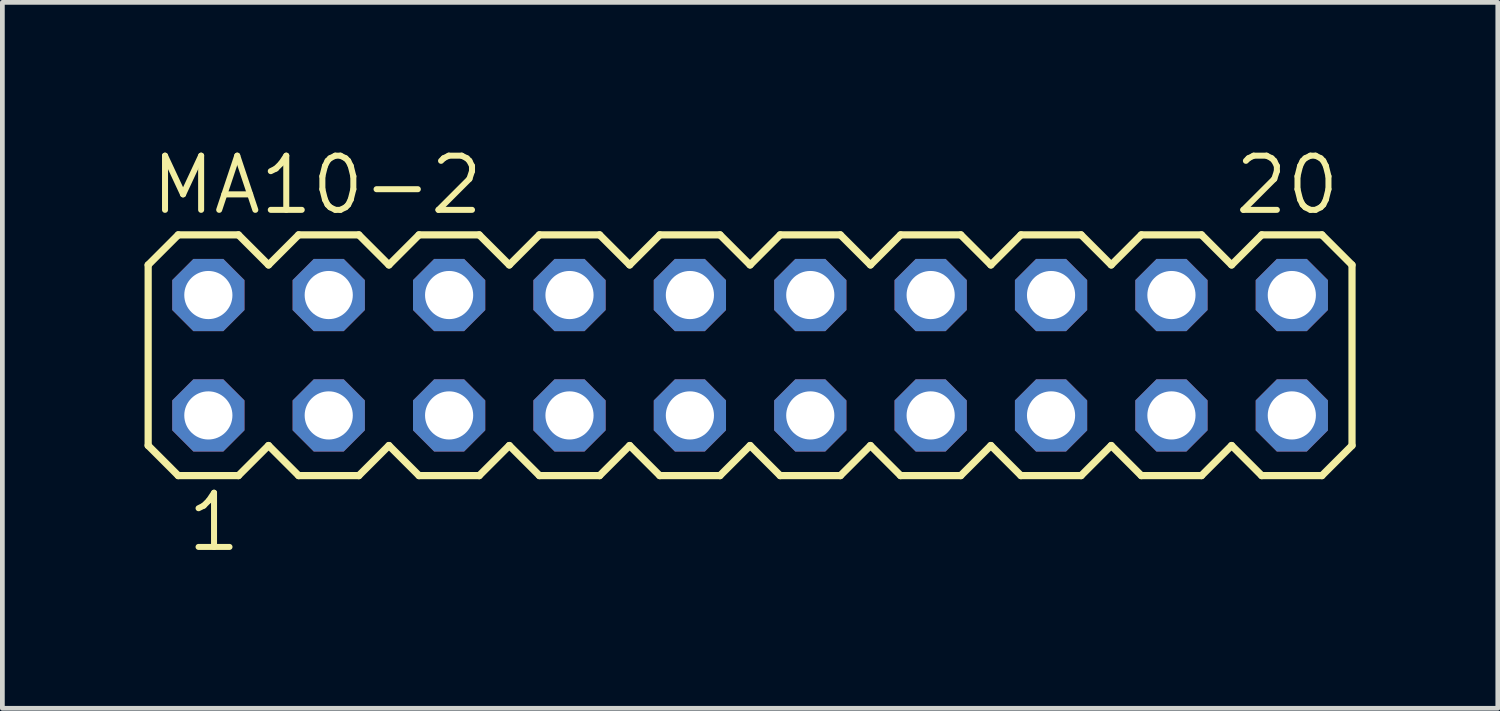
<source format=kicad_pcb>
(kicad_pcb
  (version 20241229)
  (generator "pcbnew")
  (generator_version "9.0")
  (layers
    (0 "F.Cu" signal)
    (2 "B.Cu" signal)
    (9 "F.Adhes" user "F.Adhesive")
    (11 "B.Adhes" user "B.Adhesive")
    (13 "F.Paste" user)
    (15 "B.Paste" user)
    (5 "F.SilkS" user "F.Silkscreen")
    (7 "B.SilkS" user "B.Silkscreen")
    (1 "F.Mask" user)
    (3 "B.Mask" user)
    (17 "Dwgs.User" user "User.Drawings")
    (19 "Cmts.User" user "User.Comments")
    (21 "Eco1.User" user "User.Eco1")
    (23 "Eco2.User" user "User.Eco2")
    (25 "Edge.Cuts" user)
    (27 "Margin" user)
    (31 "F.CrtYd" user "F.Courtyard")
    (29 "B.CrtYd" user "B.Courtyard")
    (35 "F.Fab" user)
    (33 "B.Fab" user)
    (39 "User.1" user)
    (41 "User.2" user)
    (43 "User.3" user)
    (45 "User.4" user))
  (footprint "MA10-2"
    (layer "F.Cu")
    (at 12.776 4.445)
    (property "Reference" "MA10-2" (at -12.7 -2.921 0) (layer "F.SilkS") (effects (font (size 1.143 1.143) (thickness 0.127)) (justify left bottom)))
    (fp_line (start -12.7 -1.905) (end -12.7 1.905) (stroke (width 0.152) (type solid)) (layer "F.SilkS"))
    (fp_line (start -12.7 1.905) (end -12.065 2.54) (stroke (width 0.152) (type solid)) (layer "F.SilkS"))
    (fp_line (start -12.065 -2.54) (end -12.7 -1.905) (stroke (width 0.152) (type solid)) (layer "F.SilkS"))
    (fp_line (start -12.065 -2.54) (end -10.795 -2.54) (stroke (width 0.152) (type solid)) (layer "F.SilkS"))
    (fp_line (start -10.795 -2.54) (end -10.16 -1.905) (stroke (width 0.152) (type solid)) (layer "F.SilkS"))
    (fp_line (start -10.795 2.54) (end -12.065 2.54) (stroke (width 0.152) (type solid)) (layer "F.SilkS"))
    (fp_line (start -10.16 -1.905) (end -9.525 -2.54) (stroke (width 0.152) (type solid)) (layer "F.SilkS"))
    (fp_line (start -10.16 1.905) (end -10.795 2.54) (stroke (width 0.152) (type solid)) (layer "F.SilkS"))
    (fp_line (start -9.525 -2.54) (end -8.255 -2.54) (stroke (width 0.152) (type solid)) (layer "F.SilkS"))
    (fp_line (start -9.525 2.54) (end -10.16 1.905) (stroke (width 0.152) (type solid)) (layer "F.SilkS"))
    (fp_line (start -8.255 -2.54) (end -7.62 -1.905) (stroke (width 0.152) (type solid)) (layer "F.SilkS"))
    (fp_line (start -8.255 2.54) (end -9.525 2.54) (stroke (width 0.152) (type solid)) (layer "F.SilkS"))
    (fp_line (start -7.62 -1.905) (end -6.985 -2.54) (stroke (width 0.152) (type solid)) (layer "F.SilkS"))
    (fp_line (start -7.62 1.905) (end -8.255 2.54) (stroke (width 0.152) (type solid)) (layer "F.SilkS"))
    (fp_line (start -6.985 -2.54) (end -5.715 -2.54) (stroke (width 0.152) (type solid)) (layer "F.SilkS"))
    (fp_line (start -6.985 2.54) (end -7.62 1.905) (stroke (width 0.152) (type solid)) (layer "F.SilkS"))
    (fp_line (start -5.715 -2.54) (end -5.08 -1.905) (stroke (width 0.152) (type solid)) (layer "F.SilkS"))
    (fp_line (start -5.715 2.54) (end -6.985 2.54) (stroke (width 0.152) (type solid)) (layer "F.SilkS"))
    (fp_line (start -5.08 1.905) (end -5.715 2.54) (stroke (width 0.152) (type solid)) (layer "F.SilkS"))
    (fp_line (start -5.08 1.905) (end -4.445 2.54) (stroke (width 0.152) (type solid)) (layer "F.SilkS"))
    (fp_line (start -4.445 -2.54) (end -5.08 -1.905) (stroke (width 0.152) (type solid)) (layer "F.SilkS"))
    (fp_line (start -4.445 -2.54) (end -3.175 -2.54) (stroke (width 0.152) (type solid)) (layer "F.SilkS"))
    (fp_line (start -3.175 -2.54) (end -2.54 -1.905) (stroke (width 0.152) (type solid)) (layer "F.SilkS"))
    (fp_line (start -3.175 2.54) (end -4.445 2.54) (stroke (width 0.152) (type solid)) (layer "F.SilkS"))
    (fp_line (start -2.54 -1.905) (end -1.905 -2.54) (stroke (width 0.152) (type solid)) (layer "F.SilkS"))
    (fp_line (start -2.54 1.905) (end -3.175 2.54) (stroke (width 0.152) (type solid)) (layer "F.SilkS"))
    (fp_line (start -1.905 -2.54) (end -0.635 -2.54) (stroke (width 0.152) (type solid)) (layer "F.SilkS"))
    (fp_line (start -1.905 2.54) (end -2.54 1.905) (stroke (width 0.152) (type solid)) (layer "F.SilkS"))
    (fp_line (start -0.635 -2.54) (end 0 -1.905) (stroke (width 0.152) (type solid)) (layer "F.SilkS"))
    (fp_line (start -0.635 2.54) (end -1.905 2.54) (stroke (width 0.152) (type solid)) (layer "F.SilkS"))
    (fp_line (start 0 -1.905) (end 0.635 -2.54) (stroke (width 0.152) (type solid)) (layer "F.SilkS"))
    (fp_line (start 0 1.905) (end -0.635 2.54) (stroke (width 0.152) (type solid)) (layer "F.SilkS"))
    (fp_line (start 0.635 -2.54) (end 1.905 -2.54) (stroke (width 0.152) (type solid)) (layer "F.SilkS"))
    (fp_line (start 0.635 2.54) (end 0 1.905) (stroke (width 0.152) (type solid)) (layer "F.SilkS"))
    (fp_line (start 1.905 -2.54) (end 2.54 -1.905) (stroke (width 0.152) (type solid)) (layer "F.SilkS"))
    (fp_line (start 1.905 2.54) (end 0.635 2.54) (stroke (width 0.152) (type solid)) (layer "F.SilkS"))
    (fp_line (start 2.54 1.905) (end 1.905 2.54) (stroke (width 0.152) (type solid)) (layer "F.SilkS"))
    (fp_line (start 2.54 1.905) (end 3.175 2.54) (stroke (width 0.152) (type solid)) (layer "F.SilkS"))
    (fp_line (start 3.175 -2.54) (end 2.54 -1.905) (stroke (width 0.152) (type solid)) (layer "F.SilkS"))
    (fp_line (start 3.175 -2.54) (end 4.445 -2.54) (stroke (width 0.152) (type solid)) (layer "F.SilkS"))
    (fp_line (start 4.445 -2.54) (end 5.08 -1.905) (stroke (width 0.152) (type solid)) (layer "F.SilkS"))
    (fp_line (start 4.445 2.54) (end 3.175 2.54) (stroke (width 0.152) (type solid)) (layer "F.SilkS"))
    (fp_line (start 5.08 -1.905) (end 5.715 -2.54) (stroke (width 0.152) (type solid)) (layer "F.SilkS"))
    (fp_line (start 5.08 1.905) (end 4.445 2.54) (stroke (width 0.152) (type solid)) (layer "F.SilkS"))
    (fp_line (start 5.715 -2.54) (end 6.985 -2.54) (stroke (width 0.152) (type solid)) (layer "F.SilkS"))
    (fp_line (start 5.715 2.54) (end 5.08 1.905) (stroke (width 0.152) (type solid)) (layer "F.SilkS"))
    (fp_line (start 5.715 2.54) (end 6.985 2.54) (stroke (width 0.152) (type solid)) (layer "F.SilkS"))
    (fp_line (start 7.62 -1.905) (end 6.985 -2.54) (stroke (width 0.152) (type solid)) (layer "F.SilkS"))
    (fp_line (start 7.62 -1.905) (end 8.255 -2.54) (stroke (width 0.152) (type solid)) (layer "F.SilkS"))
    (fp_line (start 7.62 1.905) (end 6.985 2.54) (stroke (width 0.152) (type solid)) (layer "F.SilkS"))
    (fp_line (start 7.62 1.905) (end 8.255 2.54) (stroke (width 0.152) (type solid)) (layer "F.SilkS"))
    (fp_line (start 8.255 -2.54) (end 9.525 -2.54) (stroke (width 0.152) (type solid)) (layer "F.SilkS"))
    (fp_line (start 8.255 2.54) (end 9.525 2.54) (stroke (width 0.152) (type solid)) (layer "F.SilkS"))
    (fp_line (start 10.16 -1.905) (end 9.525 -2.54) (stroke (width 0.152) (type solid)) (layer "F.SilkS"))
    (fp_line (start 10.16 -1.905) (end 10.795 -2.54) (stroke (width 0.152) (type solid)) (layer "F.SilkS"))
    (fp_line (start 10.16 1.905) (end 9.525 2.54) (stroke (width 0.152) (type solid)) (layer "F.SilkS"))
    (fp_line (start 10.16 1.905) (end 10.795 2.54) (stroke (width 0.152) (type solid)) (layer "F.SilkS"))
    (fp_line (start 10.795 -2.54) (end 12.065 -2.54) (stroke (width 0.152) (type solid)) (layer "F.SilkS"))
    (fp_line (start 10.795 2.54) (end 12.065 2.54) (stroke (width 0.152) (type solid)) (layer "F.SilkS"))
    (fp_line (start 12.065 -2.54) (end 12.7 -1.905) (stroke (width 0.152) (type solid)) (layer "F.SilkS"))
    (fp_line (start 12.7 -1.905) (end 12.7 1.905) (stroke (width 0.152) (type solid)) (layer "F.SilkS"))
    (fp_line (start 12.7 1.905) (end 12.065 2.54) (stroke (width 0.152) (type solid)) (layer "F.SilkS"))
    (fp_poly (pts (xy -11.684 -1.016) (xy -11.176 -1.016) (xy -11.176 -1.524) (xy -11.684 -1.524)) (stroke (width 0.1) (type default)) (fill no) (layer "F.Fab"))
    (fp_poly (pts (xy -11.684 1.524) (xy -11.176 1.524) (xy -11.176 1.016) (xy -11.684 1.016)) (stroke (width 0.1) (type default)) (fill no) (layer "F.Fab"))
    (fp_poly (pts (xy -9.144 -1.016) (xy -8.636 -1.016) (xy -8.636 -1.524) (xy -9.144 -1.524)) (stroke (width 0.1) (type default)) (fill no) (layer "F.Fab"))
    (fp_poly (pts (xy -9.144 1.524) (xy -8.636 1.524) (xy -8.636 1.016) (xy -9.144 1.016)) (stroke (width 0.1) (type default)) (fill no) (layer "F.Fab"))
    (fp_poly (pts (xy -6.604 -1.016) (xy -6.096 -1.016) (xy -6.096 -1.524) (xy -6.604 -1.524)) (stroke (width 0.1) (type default)) (fill no) (layer "F.Fab"))
    (fp_poly (pts (xy -6.604 1.524) (xy -6.096 1.524) (xy -6.096 1.016) (xy -6.604 1.016)) (stroke (width 0.1) (type default)) (fill no) (layer "F.Fab"))
    (fp_poly (pts (xy -4.064 -1.016) (xy -3.556 -1.016) (xy -3.556 -1.524) (xy -4.064 -1.524)) (stroke (width 0.1) (type default)) (fill no) (layer "F.Fab"))
    (fp_poly (pts (xy -4.064 1.524) (xy -3.556 1.524) (xy -3.556 1.016) (xy -4.064 1.016)) (stroke (width 0.1) (type default)) (fill no) (layer "F.Fab"))
    (fp_poly (pts (xy -1.524 -1.016) (xy -1.016 -1.016) (xy -1.016 -1.524) (xy -1.524 -1.524)) (stroke (width 0.1) (type default)) (fill no) (layer "F.Fab"))
    (fp_poly (pts (xy -1.524 1.524) (xy -1.016 1.524) (xy -1.016 1.016) (xy -1.524 1.016)) (stroke (width 0.1) (type default)) (fill no) (layer "F.Fab"))
    (fp_poly (pts (xy 1.016 -1.016) (xy 1.524 -1.016) (xy 1.524 -1.524) (xy 1.016 -1.524)) (stroke (width 0.1) (type default)) (fill no) (layer "F.Fab"))
    (fp_poly (pts (xy 1.016 1.524) (xy 1.524 1.524) (xy 1.524 1.016) (xy 1.016 1.016)) (stroke (width 0.1) (type default)) (fill no) (layer "F.Fab"))
    (fp_poly (pts (xy 3.556 -1.016) (xy 4.064 -1.016) (xy 4.064 -1.524) (xy 3.556 -1.524)) (stroke (width 0.1) (type default)) (fill no) (layer "F.Fab"))
    (fp_poly (pts (xy 3.556 1.524) (xy 4.064 1.524) (xy 4.064 1.016) (xy 3.556 1.016)) (stroke (width 0.1) (type default)) (fill no) (layer "F.Fab"))
    (fp_poly (pts (xy 6.096 -1.016) (xy 6.604 -1.016) (xy 6.604 -1.524) (xy 6.096 -1.524)) (stroke (width 0.1) (type default)) (fill no) (layer "F.Fab"))
    (fp_poly (pts (xy 6.096 1.524) (xy 6.604 1.524) (xy 6.604 1.016) (xy 6.096 1.016)) (stroke (width 0.1) (type default)) (fill no) (layer "F.Fab"))
    (fp_poly (pts (xy 8.636 -1.016) (xy 9.144 -1.016) (xy 9.144 -1.524) (xy 8.636 -1.524)) (stroke (width 0.1) (type default)) (fill no) (layer "F.Fab"))
    (fp_poly (pts (xy 8.636 1.524) (xy 9.144 1.524) (xy 9.144 1.016) (xy 8.636 1.016)) (stroke (width 0.1) (type default)) (fill no) (layer "F.Fab"))
    (fp_poly (pts (xy 11.176 -1.016) (xy 11.684 -1.016) (xy 11.684 -1.524) (xy 11.176 -1.524)) (stroke (width 0.1) (type default)) (fill no) (layer "F.Fab"))
    (fp_poly (pts (xy 11.176 1.524) (xy 11.684 1.524) (xy 11.684 1.016) (xy 11.176 1.016)) (stroke (width 0.1) (type default)) (fill no) (layer "F.Fab"))
    (fp_text user "1" (at -11.938 4.191 0) (layer "F.SilkS") (effects (font (size 1.143 1.143) (thickness 0.127)) (justify left bottom)))
    (fp_text user "20" (at 10.16 -2.921 0) (layer "F.SilkS") (effects (font (size 1.143 1.143) (thickness 0.127)) (justify left bottom)))
    (pad "1" thru_hole roundrect (at -11.43 1.27) (size 1.524 1.524) (drill 1.016) (layers "*.Cu" "*.Mask") (roundrect_rratio 0.25) (chamfer_ratio 0.293) (chamfer top_left top_right bottom_left bottom_right))
    (pad "2" thru_hole roundrect (at -11.43 -1.27) (size 1.524 1.524) (drill 1.016) (layers "*.Cu" "*.Mask") (roundrect_rratio 0.25) (chamfer_ratio 0.293) (chamfer top_left top_right bottom_left bottom_right))
    (pad "3" thru_hole roundrect (at -8.89 1.27) (size 1.524 1.524) (drill 1.016) (layers "*.Cu" "*.Mask") (roundrect_rratio 0.25) (chamfer_ratio 0.293) (chamfer top_left top_right bottom_left bottom_right))
    (pad "4" thru_hole roundrect (at -8.89 -1.27) (size 1.524 1.524) (drill 1.016) (layers "*.Cu" "*.Mask") (roundrect_rratio 0.25) (chamfer_ratio 0.293) (chamfer top_left top_right bottom_left bottom_right))
    (pad "5" thru_hole roundrect (at -6.35 1.27) (size 1.524 1.524) (drill 1.016) (layers "*.Cu" "*.Mask") (roundrect_rratio 0.25) (chamfer_ratio 0.293) (chamfer top_left top_right bottom_left bottom_right))
    (pad "6" thru_hole roundrect (at -6.35 -1.27) (size 1.524 1.524) (drill 1.016) (layers "*.Cu" "*.Mask") (roundrect_rratio 0.25) (chamfer_ratio 0.293) (chamfer top_left top_right bottom_left bottom_right))
    (pad "7" thru_hole roundrect (at -3.81 1.27) (size 1.524 1.524) (drill 1.016) (layers "*.Cu" "*.Mask") (roundrect_rratio 0.25) (chamfer_ratio 0.293) (chamfer top_left top_right bottom_left bottom_right))
    (pad "8" thru_hole roundrect (at -3.81 -1.27) (size 1.524 1.524) (drill 1.016) (layers "*.Cu" "*.Mask") (roundrect_rratio 0.25) (chamfer_ratio 0.293) (chamfer top_left top_right bottom_left bottom_right))
    (pad "9" thru_hole roundrect (at -1.27 1.27) (size 1.524 1.524) (drill 1.016) (layers "*.Cu" "*.Mask") (roundrect_rratio 0.25) (chamfer_ratio 0.293) (chamfer top_left top_right bottom_left bottom_right))
    (pad "10" thru_hole roundrect (at -1.27 -1.27) (size 1.524 1.524) (drill 1.016) (layers "*.Cu" "*.Mask") (roundrect_rratio 0.25) (chamfer_ratio 0.293) (chamfer top_left top_right bottom_left bottom_right))
    (pad "11" thru_hole roundrect (at 1.27 1.27) (size 1.524 1.524) (drill 1.016) (layers "*.Cu" "*.Mask") (roundrect_rratio 0.25) (chamfer_ratio 0.293) (chamfer top_left top_right bottom_left bottom_right))
    (pad "12" thru_hole roundrect (at 1.27 -1.27) (size 1.524 1.524) (drill 1.016) (layers "*.Cu" "*.Mask") (roundrect_rratio 0.25) (chamfer_ratio 0.293) (chamfer top_left top_right bottom_left bottom_right))
    (pad "13" thru_hole roundrect (at 3.81 1.27) (size 1.524 1.524) (drill 1.016) (layers "*.Cu" "*.Mask") (roundrect_rratio 0.25) (chamfer_ratio 0.293) (chamfer top_left top_right bottom_left bottom_right))
    (pad "14" thru_hole roundrect (at 3.81 -1.27) (size 1.524 1.524) (drill 1.016) (layers "*.Cu" "*.Mask") (roundrect_rratio 0.25) (chamfer_ratio 0.293) (chamfer top_left top_right bottom_left bottom_right))
    (pad "15" thru_hole roundrect (at 6.35 1.27) (size 1.524 1.524) (drill 1.016) (layers "*.Cu" "*.Mask") (roundrect_rratio 0.25) (chamfer_ratio 0.293) (chamfer top_left top_right bottom_left bottom_right))
    (pad "16" thru_hole roundrect (at 6.35 -1.27) (size 1.524 1.524) (drill 1.016) (layers "*.Cu" "*.Mask") (roundrect_rratio 0.25) (chamfer_ratio 0.293) (chamfer top_left top_right bottom_left bottom_right))
    (pad "17" thru_hole roundrect (at 8.89 1.27) (size 1.524 1.524) (drill 1.016) (layers "*.Cu" "*.Mask") (roundrect_rratio 0.25) (chamfer_ratio 0.293) (chamfer top_left top_right bottom_left bottom_right))
    (pad "18" thru_hole roundrect (at 8.89 -1.27) (size 1.524 1.524) (drill 1.016) (layers "*.Cu" "*.Mask") (roundrect_rratio 0.25) (chamfer_ratio 0.293) (chamfer top_left top_right bottom_left bottom_right))
    (pad "19" thru_hole roundrect (at 11.43 1.27) (size 1.524 1.524) (drill 1.016) (layers "*.Cu" "*.Mask") (roundrect_rratio 0.25) (chamfer_ratio 0.293) (chamfer top_left top_right bottom_left bottom_right))
    (pad "20" thru_hole roundrect (at 11.43 -1.27) (size 1.524 1.524) (drill 1.016) (layers "*.Cu" "*.Mask") (roundrect_rratio 0.25) (chamfer_ratio 0.293) (chamfer top_left top_right bottom_left bottom_right)))
  (gr_rect
    (start -3 -3)
    (end 28.552 11.895)
    (stroke (width 0.1) (type default))
    (fill no)
    (layer "Edge.Cuts")))
</source>
